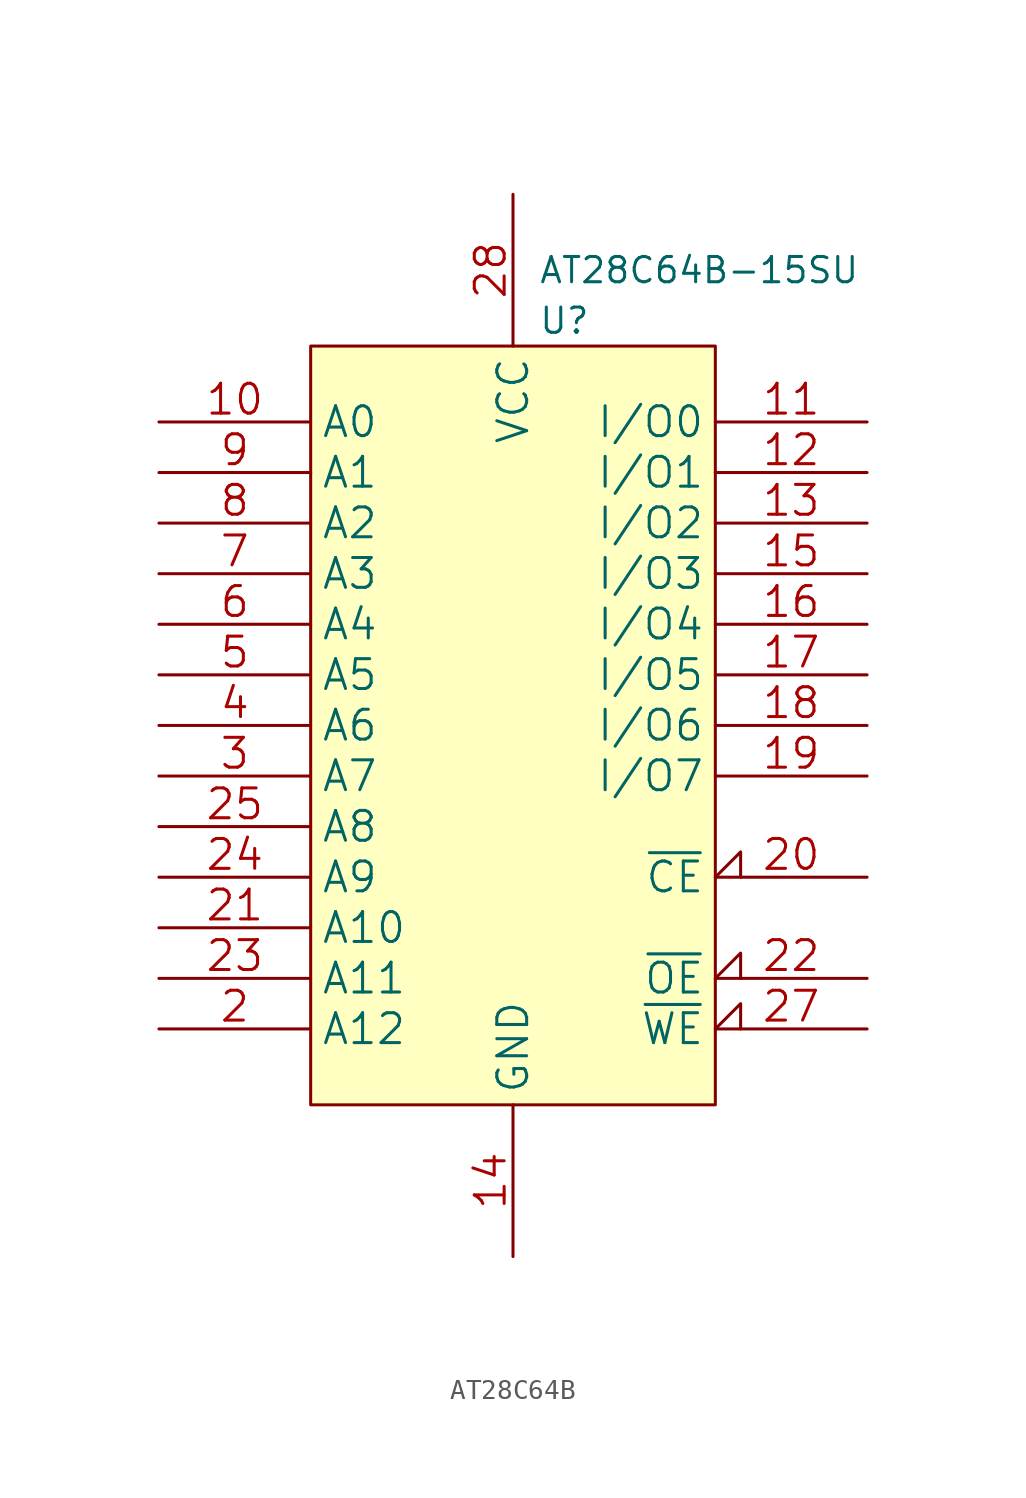
<source format=kicad_sym>
(kicad_symbol_lib
  (version 20220914)
  (generator kicad_symbol_editor)
  (symbol "AT28C64B"
    (property "Reference" "U"
      (at 1.27 0 0)
      (effects (font (size 1.27 1.27)) (justify left)))
    (property "Value" "AT28C64B-15SU"
      (at 1.27 2.54 0)
      (effects (font (size 1.27 1.27)) (justify left)))
    (symbol "AT28C64B_0_1"
      (rectangle (start -10.16 -1.27) (end 10.16 -39.37) (stroke (width 0.152) (type default)) (fill (type background))))
    (symbol "AT28C64B_1_1"
      (pin input line (at -17.78 -5.08 0) (length 7.62) (name "A0" (effects (font (size 1.499 1.499)))) (number "10" (effects (font (size 1.499 1.499)))))
      (pin bidirectional line (at 17.78 -5.08 180) (length 7.62) (name "I/O0" (effects (font (size 1.499 1.499)))) (number "11" (effects (font (size 1.499 1.499)))))
      (pin bidirectional line (at 17.78 -7.62 180) (length 7.62) (name "I/O1" (effects (font (size 1.499 1.499)))) (number "12" (effects (font (size 1.499 1.499)))))
      (pin bidirectional line (at 17.78 -10.16 180) (length 7.62) (name "I/O2" (effects (font (size 1.499 1.499)))) (number "13" (effects (font (size 1.499 1.499)))))
      (pin power_in line (at 0 -46.99 90) (length 7.62) (name "GND" (effects (font (size 1.499 1.499)))) (number "14" (effects (font (size 1.499 1.499)))))
      (pin bidirectional line (at 17.78 -12.7 180) (length 7.62) (name "I/O3" (effects (font (size 1.499 1.499)))) (number "15" (effects (font (size 1.499 1.499)))))
      (pin bidirectional line (at 17.78 -15.24 180) (length 7.62) (name "I/O4" (effects (font (size 1.499 1.499)))) (number "16" (effects (font (size 1.499 1.499)))))
      (pin bidirectional line (at 17.78 -17.78 180) (length 7.62) (name "I/O5" (effects (font (size 1.499 1.499)))) (number "17" (effects (font (size 1.499 1.499)))))
      (pin bidirectional line (at 17.78 -20.32 180) (length 7.62) (name "I/O6" (effects (font (size 1.499 1.499)))) (number "18" (effects (font (size 1.499 1.499)))))
      (pin bidirectional line (at 17.78 -22.86 180) (length 7.62) (name "I/O7" (effects (font (size 1.499 1.499)))) (number "19" (effects (font (size 1.499 1.499)))))
      (pin input line (at -17.78 -35.56 0) (length 7.62) (name "A12" (effects (font (size 1.499 1.499)))) (number "2" (effects (font (size 1.499 1.499)))))
      (pin input input_low (at 17.78 -27.94 180) (length 7.62) (name "~{CE}" (effects (font (size 1.499 1.499)))) (number "20" (effects (font (size 1.499 1.499)))))
      (pin input line (at -17.78 -30.48 0) (length 7.62) (name "A10" (effects (font (size 1.499 1.499)))) (number "21" (effects (font (size 1.499 1.499)))))
      (pin input input_low (at 17.78 -33.02 180) (length 7.62) (name "~{OE}" (effects (font (size 1.499 1.499)))) (number "22" (effects (font (size 1.499 1.499)))))
      (pin input line (at -17.78 -33.02 0) (length 7.62) (name "A11" (effects (font (size 1.499 1.499)))) (number "23" (effects (font (size 1.499 1.499)))))
      (pin input line (at -17.78 -27.94 0) (length 7.62) (name "A9" (effects (font (size 1.499 1.499)))) (number "24" (effects (font (size 1.499 1.499)))))
      (pin input line (at -17.78 -25.4 0) (length 7.62) (name "A8" (effects (font (size 1.499 1.499)))) (number "25" (effects (font (size 1.499 1.499)))))
      (pin input input_low (at 17.78 -35.56 180) (length 7.62) (name "~{WE}" (effects (font (size 1.499 1.499)))) (number "27" (effects (font (size 1.499 1.499)))))
      (pin power_in line (at 0 6.35 270) (length 7.62) (name "VCC" (effects (font (size 1.499 1.499)))) (number "28" (effects (font (size 1.499 1.499)))))
      (pin input line (at -17.78 -22.86 0) (length 7.62) (name "A7" (effects (font (size 1.499 1.499)))) (number "3" (effects (font (size 1.499 1.499)))))
      (pin input line (at -17.78 -20.32 0) (length 7.62) (name "A6" (effects (font (size 1.499 1.499)))) (number "4" (effects (font (size 1.499 1.499)))))
      (pin input line (at -17.78 -17.78 0) (length 7.62) (name "A5" (effects (font (size 1.499 1.499)))) (number "5" (effects (font (size 1.499 1.499)))))
      (pin input line (at -17.78 -15.24 0) (length 7.62) (name "A4" (effects (font (size 1.499 1.499)))) (number "6" (effects (font (size 1.499 1.499)))))
      (pin input line (at -17.78 -12.7 0) (length 7.62) (name "A3" (effects (font (size 1.499 1.499)))) (number "7" (effects (font (size 1.499 1.499)))))
      (pin input line (at -17.78 -10.16 0) (length 7.62) (name "A2" (effects (font (size 1.499 1.499)))) (number "8" (effects (font (size 1.499 1.499)))))
      (pin input line (at -17.78 -7.62 0) (length 7.62) (name "A1" (effects (font (size 1.499 1.499)))) (number "9" (effects (font (size 1.499 1.499))))))))
</source>
